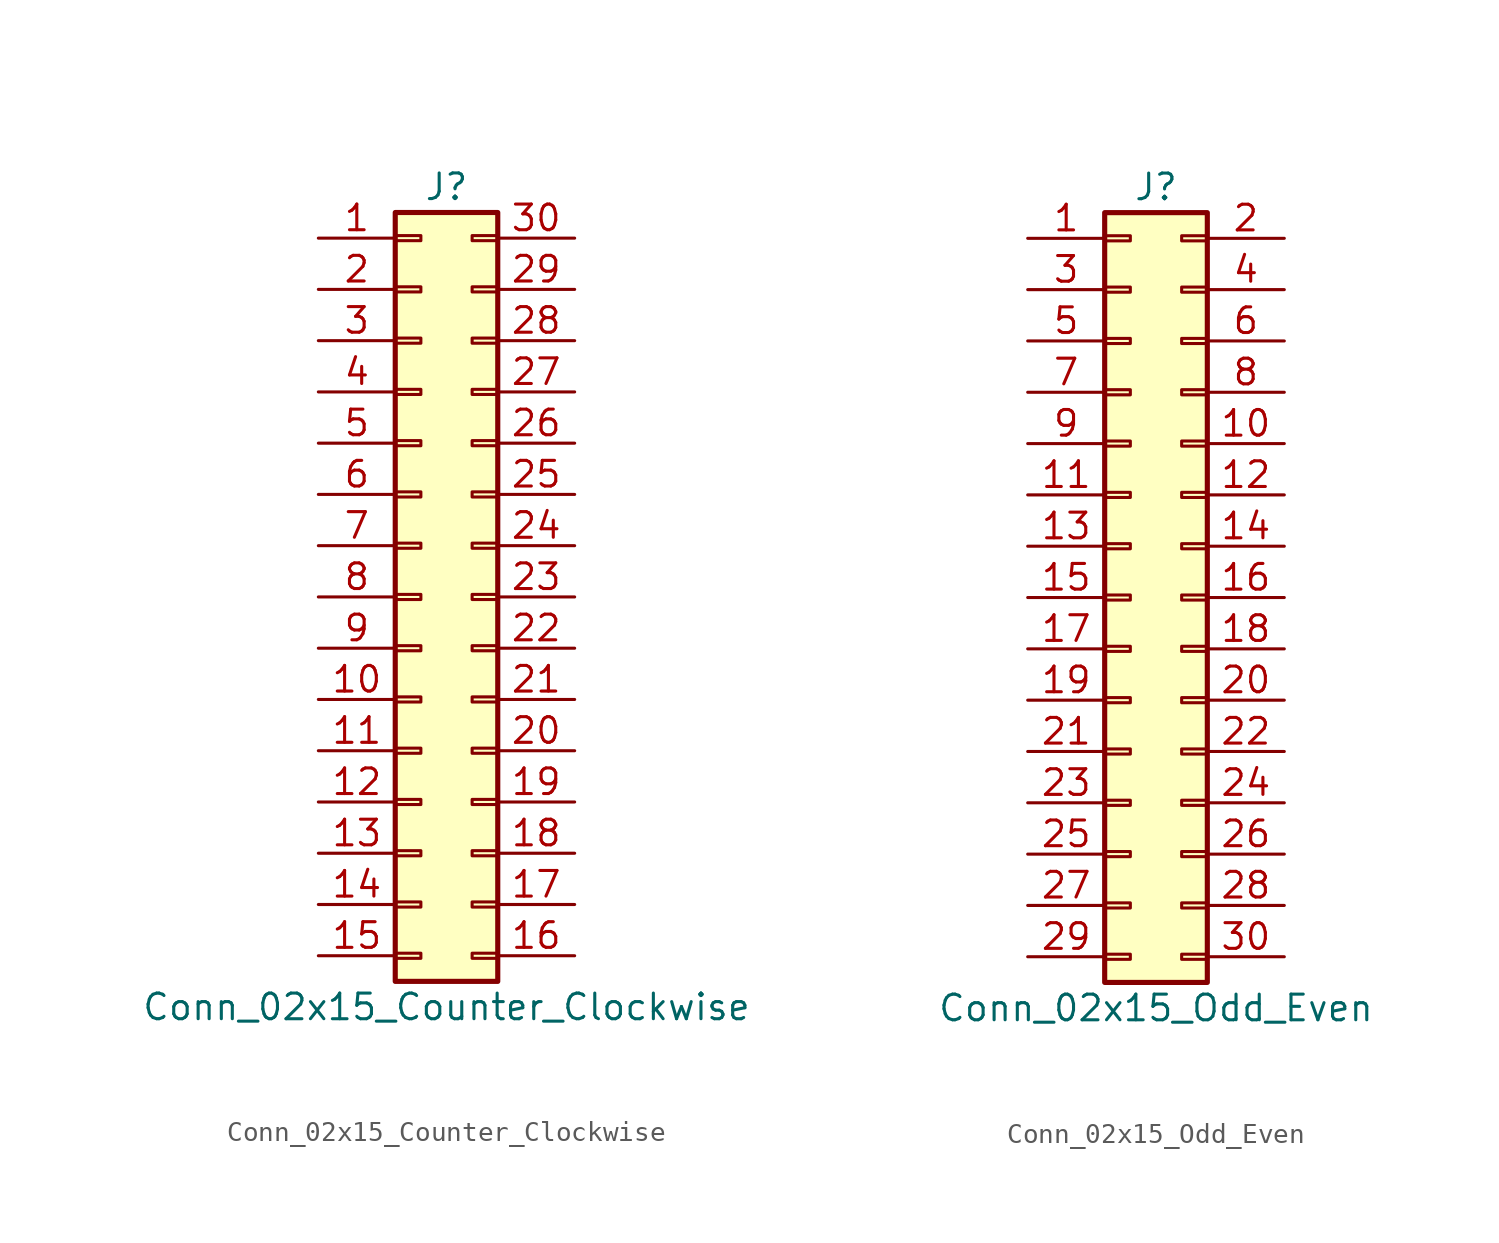
<source format=kicad_sym>
(kicad_symbol_lib
  (version 20201005)
  (generator kicad_symbol_editor)
  (symbol "Conn_02x15_Counter_Clockwise"
    (pin_names
      (offset 1.016) hide)
    (property "Reference" "J"
      (at 1.27 20.32 0)
      (effects (font (size 1.27 1.27))))
    (property "Value" "Conn_02x15_Counter_Clockwise"
      (at 1.27 -20.32 0)
      (effects (font (size 1.27 1.27))))
    (symbol "Conn_02x15_Counter_Clockwise_1_1"
      (rectangle (start -1.27 -17.653) (end 0 -17.907) (stroke (width 0.152)) (fill (type none)))
      (rectangle (start -1.27 -15.113) (end 0 -15.367) (stroke (width 0.152)) (fill (type none)))
      (rectangle (start -1.27 -12.573) (end 0 -12.827) (stroke (width 0.152)) (fill (type none)))
      (rectangle (start -1.27 -10.033) (end 0 -10.287) (stroke (width 0.152)) (fill (type none)))
      (rectangle (start -1.27 -7.493) (end 0 -7.747) (stroke (width 0.152)) (fill (type none)))
      (rectangle (start -1.27 -4.953) (end 0 -5.207) (stroke (width 0.152)) (fill (type none)))
      (rectangle (start -1.27 -2.413) (end 0 -2.667) (stroke (width 0.152)) (fill (type none)))
      (rectangle (start -1.27 0.127) (end 0 -0.127) (stroke (width 0.152)) (fill (type none)))
      (rectangle (start -1.27 2.667) (end 0 2.413) (stroke (width 0.152)) (fill (type none)))
      (rectangle (start -1.27 5.207) (end 0 4.953) (stroke (width 0.152)) (fill (type none)))
      (rectangle (start -1.27 7.747) (end 0 7.493) (stroke (width 0.152)) (fill (type none)))
      (rectangle (start -1.27 10.287) (end 0 10.033) (stroke (width 0.152)) (fill (type none)))
      (rectangle (start -1.27 12.827) (end 0 12.573) (stroke (width 0.152)) (fill (type none)))
      (rectangle (start -1.27 15.367) (end 0 15.113) (stroke (width 0.152)) (fill (type none)))
      (rectangle (start -1.27 17.907) (end 0 17.653) (stroke (width 0.152)) (fill (type none)))
      (rectangle (start 3.81 -17.653) (end 2.54 -17.907) (stroke (width 0.152)) (fill (type none)))
      (rectangle (start 3.81 -15.113) (end 2.54 -15.367) (stroke (width 0.152)) (fill (type none)))
      (rectangle (start 3.81 -12.573) (end 2.54 -12.827) (stroke (width 0.152)) (fill (type none)))
      (rectangle (start 3.81 -10.033) (end 2.54 -10.287) (stroke (width 0.152)) (fill (type none)))
      (rectangle (start 3.81 -7.493) (end 2.54 -7.747) (stroke (width 0.152)) (fill (type none)))
      (rectangle (start 3.81 -4.953) (end 2.54 -5.207) (stroke (width 0.152)) (fill (type none)))
      (rectangle (start 3.81 -2.413) (end 2.54 -2.667) (stroke (width 0.152)) (fill (type none)))
      (rectangle (start 3.81 0.127) (end 2.54 -0.127) (stroke (width 0.152)) (fill (type none)))
      (rectangle (start 3.81 2.667) (end 2.54 2.413) (stroke (width 0.152)) (fill (type none)))
      (rectangle (start 3.81 5.207) (end 2.54 4.953) (stroke (width 0.152)) (fill (type none)))
      (rectangle (start 3.81 7.747) (end 2.54 7.493) (stroke (width 0.152)) (fill (type none)))
      (rectangle (start 3.81 10.287) (end 2.54 10.033) (stroke (width 0.152)) (fill (type none)))
      (rectangle (start 3.81 12.827) (end 2.54 12.573) (stroke (width 0.152)) (fill (type none)))
      (rectangle (start 3.81 15.367) (end 2.54 15.113) (stroke (width 0.152)) (fill (type none)))
      (rectangle (start 3.81 17.907) (end 2.54 17.653) (stroke (width 0.152)) (fill (type none)))
      (rectangle (start -1.27 19.05) (end 3.81 -19.05) (stroke (width 0.254)) (fill (type background)))
      (pin passive line (at -5.08 17.78 0) (length 3.81) (name "Pin_1" (effects (font (size 1.27 1.27)))) (number "1" (effects (font (size 1.27 1.27)))))
      (pin passive line (at -5.08 -5.08 0) (length 3.81) (name "Pin_10" (effects (font (size 1.27 1.27)))) (number "10" (effects (font (size 1.27 1.27)))))
      (pin passive line (at -5.08 -7.62 0) (length 3.81) (name "Pin_11" (effects (font (size 1.27 1.27)))) (number "11" (effects (font (size 1.27 1.27)))))
      (pin passive line (at -5.08 -10.16 0) (length 3.81) (name "Pin_12" (effects (font (size 1.27 1.27)))) (number "12" (effects (font (size 1.27 1.27)))))
      (pin passive line (at -5.08 -12.7 0) (length 3.81) (name "Pin_13" (effects (font (size 1.27 1.27)))) (number "13" (effects (font (size 1.27 1.27)))))
      (pin passive line (at -5.08 -15.24 0) (length 3.81) (name "Pin_14" (effects (font (size 1.27 1.27)))) (number "14" (effects (font (size 1.27 1.27)))))
      (pin passive line (at -5.08 -17.78 0) (length 3.81) (name "Pin_15" (effects (font (size 1.27 1.27)))) (number "15" (effects (font (size 1.27 1.27)))))
      (pin passive line (at 7.62 -17.78 180) (length 3.81) (name "Pin_16" (effects (font (size 1.27 1.27)))) (number "16" (effects (font (size 1.27 1.27)))))
      (pin passive line (at 7.62 -15.24 180) (length 3.81) (name "Pin_17" (effects (font (size 1.27 1.27)))) (number "17" (effects (font (size 1.27 1.27)))))
      (pin passive line (at 7.62 -12.7 180) (length 3.81) (name "Pin_18" (effects (font (size 1.27 1.27)))) (number "18" (effects (font (size 1.27 1.27)))))
      (pin passive line (at 7.62 -10.16 180) (length 3.81) (name "Pin_19" (effects (font (size 1.27 1.27)))) (number "19" (effects (font (size 1.27 1.27)))))
      (pin passive line (at -5.08 15.24 0) (length 3.81) (name "Pin_2" (effects (font (size 1.27 1.27)))) (number "2" (effects (font (size 1.27 1.27)))))
      (pin passive line (at 7.62 -7.62 180) (length 3.81) (name "Pin_20" (effects (font (size 1.27 1.27)))) (number "20" (effects (font (size 1.27 1.27)))))
      (pin passive line (at 7.62 -5.08 180) (length 3.81) (name "Pin_21" (effects (font (size 1.27 1.27)))) (number "21" (effects (font (size 1.27 1.27)))))
      (pin passive line (at 7.62 -2.54 180) (length 3.81) (name "Pin_22" (effects (font (size 1.27 1.27)))) (number "22" (effects (font (size 1.27 1.27)))))
      (pin passive line (at 7.62 0 180) (length 3.81) (name "Pin_23" (effects (font (size 1.27 1.27)))) (number "23" (effects (font (size 1.27 1.27)))))
      (pin passive line (at 7.62 2.54 180) (length 3.81) (name "Pin_24" (effects (font (size 1.27 1.27)))) (number "24" (effects (font (size 1.27 1.27)))))
      (pin passive line (at 7.62 5.08 180) (length 3.81) (name "Pin_25" (effects (font (size 1.27 1.27)))) (number "25" (effects (font (size 1.27 1.27)))))
      (pin passive line (at 7.62 7.62 180) (length 3.81) (name "Pin_26" (effects (font (size 1.27 1.27)))) (number "26" (effects (font (size 1.27 1.27)))))
      (pin passive line (at 7.62 10.16 180) (length 3.81) (name "Pin_27" (effects (font (size 1.27 1.27)))) (number "27" (effects (font (size 1.27 1.27)))))
      (pin passive line (at 7.62 12.7 180) (length 3.81) (name "Pin_28" (effects (font (size 1.27 1.27)))) (number "28" (effects (font (size 1.27 1.27)))))
      (pin passive line (at 7.62 15.24 180) (length 3.81) (name "Pin_29" (effects (font (size 1.27 1.27)))) (number "29" (effects (font (size 1.27 1.27)))))
      (pin passive line (at -5.08 12.7 0) (length 3.81) (name "Pin_3" (effects (font (size 1.27 1.27)))) (number "3" (effects (font (size 1.27 1.27)))))
      (pin passive line (at 7.62 17.78 180) (length 3.81) (name "Pin_30" (effects (font (size 1.27 1.27)))) (number "30" (effects (font (size 1.27 1.27)))))
      (pin passive line (at -5.08 10.16 0) (length 3.81) (name "Pin_4" (effects (font (size 1.27 1.27)))) (number "4" (effects (font (size 1.27 1.27)))))
      (pin passive line (at -5.08 7.62 0) (length 3.81) (name "Pin_5" (effects (font (size 1.27 1.27)))) (number "5" (effects (font (size 1.27 1.27)))))
      (pin passive line (at -5.08 5.08 0) (length 3.81) (name "Pin_6" (effects (font (size 1.27 1.27)))) (number "6" (effects (font (size 1.27 1.27)))))
      (pin passive line (at -5.08 2.54 0) (length 3.81) (name "Pin_7" (effects (font (size 1.27 1.27)))) (number "7" (effects (font (size 1.27 1.27)))))
      (pin passive line (at -5.08 0 0) (length 3.81) (name "Pin_8" (effects (font (size 1.27 1.27)))) (number "8" (effects (font (size 1.27 1.27)))))
      (pin passive line (at -5.08 -2.54 0) (length 3.81) (name "Pin_9" (effects (font (size 1.27 1.27)))) (number "9" (effects (font (size 1.27 1.27)))))))
  (symbol "Conn_02x15_Odd_Even"
    (pin_names
      (offset 1.016) hide)
    (property "Reference" "J"
      (at 1.27 20.32 0)
      (effects (font (size 1.27 1.27))))
    (property "Value" "Conn_02x15_Odd_Even"
      (at 1.27 -20.32 0)
      (effects (font (size 1.27 1.27))))
    (symbol "Conn_02x15_Odd_Even_1_1"
      (rectangle (start -1.27 -17.653) (end 0 -17.907) (stroke (width 0.152)) (fill (type none)))
      (rectangle (start -1.27 -15.113) (end 0 -15.367) (stroke (width 0.152)) (fill (type none)))
      (rectangle (start -1.27 -12.573) (end 0 -12.827) (stroke (width 0.152)) (fill (type none)))
      (rectangle (start -1.27 -10.033) (end 0 -10.287) (stroke (width 0.152)) (fill (type none)))
      (rectangle (start -1.27 -7.493) (end 0 -7.747) (stroke (width 0.152)) (fill (type none)))
      (rectangle (start -1.27 -4.953) (end 0 -5.207) (stroke (width 0.152)) (fill (type none)))
      (rectangle (start -1.27 -2.413) (end 0 -2.667) (stroke (width 0.152)) (fill (type none)))
      (rectangle (start -1.27 0.127) (end 0 -0.127) (stroke (width 0.152)) (fill (type none)))
      (rectangle (start -1.27 2.667) (end 0 2.413) (stroke (width 0.152)) (fill (type none)))
      (rectangle (start -1.27 5.207) (end 0 4.953) (stroke (width 0.152)) (fill (type none)))
      (rectangle (start -1.27 7.747) (end 0 7.493) (stroke (width 0.152)) (fill (type none)))
      (rectangle (start -1.27 10.287) (end 0 10.033) (stroke (width 0.152)) (fill (type none)))
      (rectangle (start -1.27 12.827) (end 0 12.573) (stroke (width 0.152)) (fill (type none)))
      (rectangle (start -1.27 15.367) (end 0 15.113) (stroke (width 0.152)) (fill (type none)))
      (rectangle (start -1.27 17.907) (end 0 17.653) (stroke (width 0.152)) (fill (type none)))
      (rectangle (start 3.81 -17.653) (end 2.54 -17.907) (stroke (width 0.152)) (fill (type none)))
      (rectangle (start 3.81 -15.113) (end 2.54 -15.367) (stroke (width 0.152)) (fill (type none)))
      (rectangle (start 3.81 -12.573) (end 2.54 -12.827) (stroke (width 0.152)) (fill (type none)))
      (rectangle (start 3.81 -10.033) (end 2.54 -10.287) (stroke (width 0.152)) (fill (type none)))
      (rectangle (start 3.81 -7.493) (end 2.54 -7.747) (stroke (width 0.152)) (fill (type none)))
      (rectangle (start 3.81 -4.953) (end 2.54 -5.207) (stroke (width 0.152)) (fill (type none)))
      (rectangle (start 3.81 -2.413) (end 2.54 -2.667) (stroke (width 0.152)) (fill (type none)))
      (rectangle (start 3.81 0.127) (end 2.54 -0.127) (stroke (width 0.152)) (fill (type none)))
      (rectangle (start 3.81 2.667) (end 2.54 2.413) (stroke (width 0.152)) (fill (type none)))
      (rectangle (start 3.81 5.207) (end 2.54 4.953) (stroke (width 0.152)) (fill (type none)))
      (rectangle (start 3.81 7.747) (end 2.54 7.493) (stroke (width 0.152)) (fill (type none)))
      (rectangle (start 3.81 10.287) (end 2.54 10.033) (stroke (width 0.152)) (fill (type none)))
      (rectangle (start 3.81 12.827) (end 2.54 12.573) (stroke (width 0.152)) (fill (type none)))
      (rectangle (start 3.81 15.367) (end 2.54 15.113) (stroke (width 0.152)) (fill (type none)))
      (rectangle (start 3.81 17.907) (end 2.54 17.653) (stroke (width 0.152)) (fill (type none)))
      (rectangle (start -1.27 19.05) (end 3.81 -19.05) (stroke (width 0.254)) (fill (type background)))
      (pin passive line (at -5.08 17.78 0) (length 3.81) (name "Pin_1" (effects (font (size 1.27 1.27)))) (number "1" (effects (font (size 1.27 1.27)))))
      (pin passive line (at 7.62 7.62 180) (length 3.81) (name "Pin_10" (effects (font (size 1.27 1.27)))) (number "10" (effects (font (size 1.27 1.27)))))
      (pin passive line (at -5.08 5.08 0) (length 3.81) (name "Pin_11" (effects (font (size 1.27 1.27)))) (number "11" (effects (font (size 1.27 1.27)))))
      (pin passive line (at 7.62 5.08 180) (length 3.81) (name "Pin_12" (effects (font (size 1.27 1.27)))) (number "12" (effects (font (size 1.27 1.27)))))
      (pin passive line (at -5.08 2.54 0) (length 3.81) (name "Pin_13" (effects (font (size 1.27 1.27)))) (number "13" (effects (font (size 1.27 1.27)))))
      (pin passive line (at 7.62 2.54 180) (length 3.81) (name "Pin_14" (effects (font (size 1.27 1.27)))) (number "14" (effects (font (size 1.27 1.27)))))
      (pin passive line (at -5.08 0 0) (length 3.81) (name "Pin_15" (effects (font (size 1.27 1.27)))) (number "15" (effects (font (size 1.27 1.27)))))
      (pin passive line (at 7.62 0 180) (length 3.81) (name "Pin_16" (effects (font (size 1.27 1.27)))) (number "16" (effects (font (size 1.27 1.27)))))
      (pin passive line (at -5.08 -2.54 0) (length 3.81) (name "Pin_17" (effects (font (size 1.27 1.27)))) (number "17" (effects (font (size 1.27 1.27)))))
      (pin passive line (at 7.62 -2.54 180) (length 3.81) (name "Pin_18" (effects (font (size 1.27 1.27)))) (number "18" (effects (font (size 1.27 1.27)))))
      (pin passive line (at -5.08 -5.08 0) (length 3.81) (name "Pin_19" (effects (font (size 1.27 1.27)))) (number "19" (effects (font (size 1.27 1.27)))))
      (pin passive line (at 7.62 17.78 180) (length 3.81) (name "Pin_2" (effects (font (size 1.27 1.27)))) (number "2" (effects (font (size 1.27 1.27)))))
      (pin passive line (at 7.62 -5.08 180) (length 3.81) (name "Pin_20" (effects (font (size 1.27 1.27)))) (number "20" (effects (font (size 1.27 1.27)))))
      (pin passive line (at -5.08 -7.62 0) (length 3.81) (name "Pin_21" (effects (font (size 1.27 1.27)))) (number "21" (effects (font (size 1.27 1.27)))))
      (pin passive line (at 7.62 -7.62 180) (length 3.81) (name "Pin_22" (effects (font (size 1.27 1.27)))) (number "22" (effects (font (size 1.27 1.27)))))
      (pin passive line (at -5.08 -10.16 0) (length 3.81) (name "Pin_23" (effects (font (size 1.27 1.27)))) (number "23" (effects (font (size 1.27 1.27)))))
      (pin passive line (at 7.62 -10.16 180) (length 3.81) (name "Pin_24" (effects (font (size 1.27 1.27)))) (number "24" (effects (font (size 1.27 1.27)))))
      (pin passive line (at -5.08 -12.7 0) (length 3.81) (name "Pin_25" (effects (font (size 1.27 1.27)))) (number "25" (effects (font (size 1.27 1.27)))))
      (pin passive line (at 7.62 -12.7 180) (length 3.81) (name "Pin_26" (effects (font (size 1.27 1.27)))) (number "26" (effects (font (size 1.27 1.27)))))
      (pin passive line (at -5.08 -15.24 0) (length 3.81) (name "Pin_27" (effects (font (size 1.27 1.27)))) (number "27" (effects (font (size 1.27 1.27)))))
      (pin passive line (at 7.62 -15.24 180) (length 3.81) (name "Pin_28" (effects (font (size 1.27 1.27)))) (number "28" (effects (font (size 1.27 1.27)))))
      (pin passive line (at -5.08 -17.78 0) (length 3.81) (name "Pin_29" (effects (font (size 1.27 1.27)))) (number "29" (effects (font (size 1.27 1.27)))))
      (pin passive line (at -5.08 15.24 0) (length 3.81) (name "Pin_3" (effects (font (size 1.27 1.27)))) (number "3" (effects (font (size 1.27 1.27)))))
      (pin passive line (at 7.62 -17.78 180) (length 3.81) (name "Pin_30" (effects (font (size 1.27 1.27)))) (number "30" (effects (font (size 1.27 1.27)))))
      (pin passive line (at 7.62 15.24 180) (length 3.81) (name "Pin_4" (effects (font (size 1.27 1.27)))) (number "4" (effects (font (size 1.27 1.27)))))
      (pin passive line (at -5.08 12.7 0) (length 3.81) (name "Pin_5" (effects (font (size 1.27 1.27)))) (number "5" (effects (font (size 1.27 1.27)))))
      (pin passive line (at 7.62 12.7 180) (length 3.81) (name "Pin_6" (effects (font (size 1.27 1.27)))) (number "6" (effects (font (size 1.27 1.27)))))
      (pin passive line (at -5.08 10.16 0) (length 3.81) (name "Pin_7" (effects (font (size 1.27 1.27)))) (number "7" (effects (font (size 1.27 1.27)))))
      (pin passive line (at 7.62 10.16 180) (length 3.81) (name "Pin_8" (effects (font (size 1.27 1.27)))) (number "8" (effects (font (size 1.27 1.27)))))
      (pin passive line (at -5.08 7.62 0) (length 3.81) (name "Pin_9" (effects (font (size 1.27 1.27)))) (number "9" (effects (font (size 1.27 1.27))))))))
</source>
